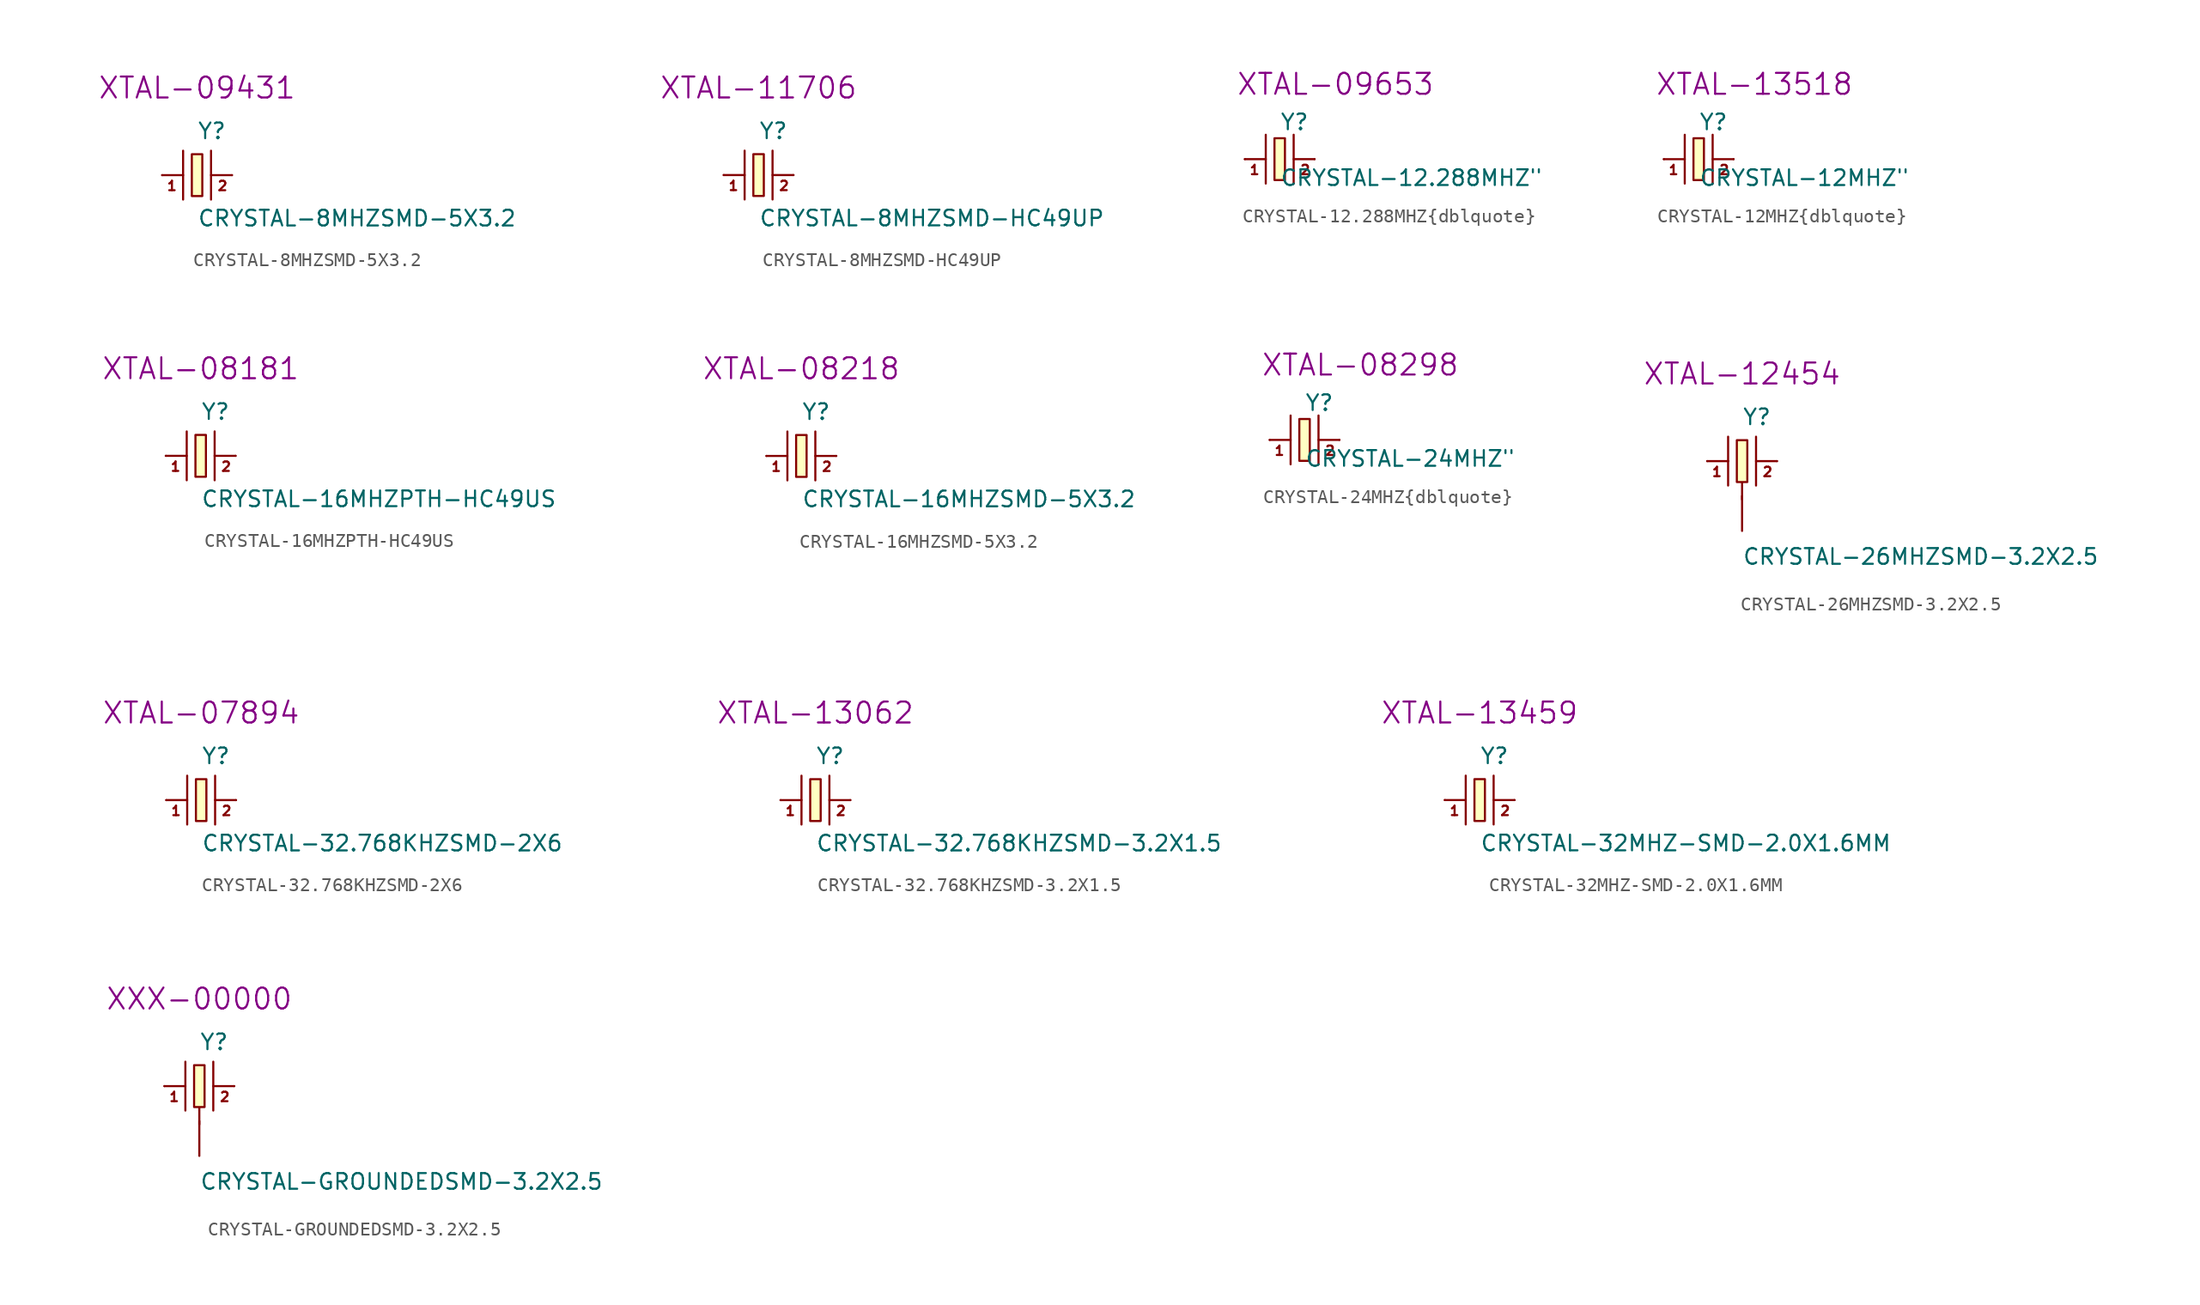
<source format=kicad_sym>
(kicad_symbol_lib
  (version 20220914)
  (generator kicad_symbol_editor)
  (symbol "CRYSTAL-8MHZSMD-5X3.2"
    (pin_numbers hide)
    (pin_names
      (offset 1.016) hide)
    (property "Reference" "Y"
      (at 0 2.54 0)
      (effects (font (size 1.143 1.143)) (justify left bottom)))
    (property "Value" "CRYSTAL-8MHZSMD-5X3.2"
      (at 0 -3.81 0)
      (effects (font (size 1.143 1.143)) (justify left bottom)))
    (property "Field4" "XTAL-09431"
      (at 0 6.35 0)
      (effects (font (size 1.524 1.524))))
    (property "ki_locked" ""
      (at 0 0 0)
      (effects (font (size 1.27 1.27))))
    (symbol "CRYSTAL-8MHZSMD-5X3.2_1_0"
      (polyline (pts (xy -2.54 0) (xy -1.016 0)) (stroke (width 0) (type solid)) (fill (type none)))
      (polyline (pts (xy -1.016 1.778) (xy -1.016 -1.778)) (stroke (width 0) (type solid)) (fill (type none)))
      (polyline (pts (xy 1.016 0) (xy 2.54 0)) (stroke (width 0) (type solid)) (fill (type none)))
      (polyline (pts (xy 1.016 1.778) (xy 1.016 -1.778)) (stroke (width 0) (type solid)) (fill (type none)))
      (text "1" (at -1.829 -0.787 0) (effects (font (size 0.686 0.686))))
      (text "2" (at 1.854 -0.787 0) (effects (font (size 0.686 0.686)))))
    (symbol "CRYSTAL-8MHZSMD-5X3.2_1_1"
      (polyline (pts (xy -0.381 1.524) (xy -0.381 -1.524) (xy 0.381 -1.524) (xy 0.381 1.524) (xy -0.381 1.524)) (stroke (width 0) (type solid)) (fill (type background)))
      (pin passive line (at -2.54 0 0) (length 0) (name "1" (effects (font (size 1.016 1.016)))) (number "1" (effects (font (size 1.016 1.016)))))
      (pin passive line (at 2.54 0 180) (length 0) (name "2" (effects (font (size 1.016 1.016)))) (number "3" (effects (font (size 1.016 1.016)))))))
  (symbol "CRYSTAL-8MHZSMD-HC49UP"
    (pin_numbers hide)
    (pin_names
      (offset 1.016) hide)
    (property "Reference" "Y"
      (at 0 2.54 0)
      (effects (font (size 1.143 1.143)) (justify left bottom)))
    (property "Value" "CRYSTAL-8MHZSMD-HC49UP"
      (at 0 -3.81 0)
      (effects (font (size 1.143 1.143)) (justify left bottom)))
    (property "Field4" "XTAL-11706"
      (at 0 6.35 0)
      (effects (font (size 1.524 1.524))))
    (property "ki_locked" ""
      (at 0 0 0)
      (effects (font (size 1.27 1.27))))
    (symbol "CRYSTAL-8MHZSMD-HC49UP_1_0"
      (polyline (pts (xy -2.54 0) (xy -1.016 0)) (stroke (width 0) (type solid)) (fill (type none)))
      (polyline (pts (xy -1.016 1.778) (xy -1.016 -1.778)) (stroke (width 0) (type solid)) (fill (type none)))
      (polyline (pts (xy 1.016 0) (xy 2.54 0)) (stroke (width 0) (type solid)) (fill (type none)))
      (polyline (pts (xy 1.016 1.778) (xy 1.016 -1.778)) (stroke (width 0) (type solid)) (fill (type none)))
      (text "1" (at -1.829 -0.787 0) (effects (font (size 0.686 0.686))))
      (text "2" (at 1.854 -0.787 0) (effects (font (size 0.686 0.686)))))
    (symbol "CRYSTAL-8MHZSMD-HC49UP_1_1"
      (polyline (pts (xy -0.381 1.524) (xy -0.381 -1.524) (xy 0.381 -1.524) (xy 0.381 1.524) (xy -0.381 1.524)) (stroke (width 0) (type solid)) (fill (type background)))
      (pin passive line (at -2.54 0 0) (length 0) (name "1" (effects (font (size 1.016 1.016)))) (number "1" (effects (font (size 1.016 1.016)))))
      (pin passive line (at 2.54 0 180) (length 0) (name "2" (effects (font (size 1.016 1.016)))) (number "2" (effects (font (size 1.016 1.016)))))))
  (symbol "CRYSTAL-12.288MHZ{dblquote}"
    (pin_numbers hide)
    (pin_names
      (offset 1.016) hide)
    (property "Reference" "Y"
      (at 0 2.032 0)
      (effects (font (size 1.143 1.143)) (justify left bottom)))
    (property "Value" "CRYSTAL-12.288MHZ\""
      (at 0 -2.032 0)
      (effects (font (size 1.143 1.143)) (justify left bottom)))
    (property "Field4" "XTAL-09653"
      (at 4.064 5.461 0)
      (effects (font (size 1.524 1.524))))
    (property "ki_locked" ""
      (at 0 0 0)
      (effects (font (size 1.27 1.27))))
    (symbol "CRYSTAL-12.288MHZ{dblquote}_1_0"
      (polyline (pts (xy -2.54 0) (xy -1.016 0)) (stroke (width 0) (type solid)) (fill (type none)))
      (polyline (pts (xy -1.016 1.778) (xy -1.016 -1.778)) (stroke (width 0) (type solid)) (fill (type none)))
      (polyline (pts (xy 1.016 0) (xy 2.54 0)) (stroke (width 0) (type solid)) (fill (type none)))
      (polyline (pts (xy 1.016 1.778) (xy 1.016 -1.778)) (stroke (width 0) (type solid)) (fill (type none)))
      (text "1" (at -1.829 -0.787 0) (effects (font (size 0.686 0.686))))
      (text "2" (at 1.854 -0.787 0) (effects (font (size 0.686 0.686)))))
    (symbol "CRYSTAL-12.288MHZ{dblquote}_1_1"
      (polyline (pts (xy -0.381 1.524) (xy -0.381 -1.524) (xy 0.381 -1.524) (xy 0.381 1.524) (xy -0.381 1.524)) (stroke (width 0) (type solid)) (fill (type background)))
      (pin passive line (at -2.54 0 0) (length 0) (name "1" (effects (font (size 1.016 1.016)))) (number "1" (effects (font (size 1.016 1.016)))))
      (pin passive line (at 2.54 0 180) (length 0) (name "2" (effects (font (size 1.016 1.016)))) (number "3" (effects (font (size 1.016 1.016)))))))
  (symbol "CRYSTAL-12MHZ{dblquote}"
    (pin_numbers hide)
    (pin_names
      (offset 1.016) hide)
    (property "Reference" "Y"
      (at 0 2.032 0)
      (effects (font (size 1.143 1.143)) (justify left bottom)))
    (property "Value" "CRYSTAL-12MHZ\""
      (at 0 -2.032 0)
      (effects (font (size 1.143 1.143)) (justify left bottom)))
    (property "Field4" "XTAL-13518"
      (at 4.064 5.461 0)
      (effects (font (size 1.524 1.524))))
    (property "ki_locked" ""
      (at 0 0 0)
      (effects (font (size 1.27 1.27))))
    (symbol "CRYSTAL-12MHZ{dblquote}_1_0"
      (polyline (pts (xy -2.54 0) (xy -1.016 0)) (stroke (width 0) (type solid)) (fill (type none)))
      (polyline (pts (xy -1.016 1.778) (xy -1.016 -1.778)) (stroke (width 0) (type solid)) (fill (type none)))
      (polyline (pts (xy 1.016 0) (xy 2.54 0)) (stroke (width 0) (type solid)) (fill (type none)))
      (polyline (pts (xy 1.016 1.778) (xy 1.016 -1.778)) (stroke (width 0) (type solid)) (fill (type none)))
      (text "1" (at -1.829 -0.787 0) (effects (font (size 0.686 0.686))))
      (text "2" (at 1.854 -0.787 0) (effects (font (size 0.686 0.686)))))
    (symbol "CRYSTAL-12MHZ{dblquote}_1_1"
      (polyline (pts (xy -0.381 1.524) (xy -0.381 -1.524) (xy 0.381 -1.524) (xy 0.381 1.524) (xy -0.381 1.524)) (stroke (width 0) (type solid)) (fill (type background)))
      (pin passive line (at -2.54 0 0) (length 0) (name "1" (effects (font (size 1.016 1.016)))) (number "1" (effects (font (size 1.016 1.016)))))
      (pin passive line (at 2.54 0 180) (length 0) (name "2" (effects (font (size 1.016 1.016)))) (number "3" (effects (font (size 1.016 1.016)))))))
  (symbol "CRYSTAL-16MHZPTH-HC49US"
    (pin_numbers hide)
    (pin_names
      (offset 1.016) hide)
    (property "Reference" "Y"
      (at 0 2.54 0)
      (effects (font (size 1.143 1.143)) (justify left bottom)))
    (property "Value" "CRYSTAL-16MHZPTH-HC49US"
      (at 0 -3.81 0)
      (effects (font (size 1.143 1.143)) (justify left bottom)))
    (property "Field4" "XTAL-08181"
      (at 0 6.35 0)
      (effects (font (size 1.524 1.524))))
    (property "ki_locked" ""
      (at 0 0 0)
      (effects (font (size 1.27 1.27))))
    (symbol "CRYSTAL-16MHZPTH-HC49US_1_0"
      (polyline (pts (xy -2.54 0) (xy -1.016 0)) (stroke (width 0) (type solid)) (fill (type none)))
      (polyline (pts (xy -1.016 1.778) (xy -1.016 -1.778)) (stroke (width 0) (type solid)) (fill (type none)))
      (polyline (pts (xy 1.016 0) (xy 2.54 0)) (stroke (width 0) (type solid)) (fill (type none)))
      (polyline (pts (xy 1.016 1.778) (xy 1.016 -1.778)) (stroke (width 0) (type solid)) (fill (type none)))
      (text "1" (at -1.829 -0.787 0) (effects (font (size 0.686 0.686))))
      (text "2" (at 1.854 -0.787 0) (effects (font (size 0.686 0.686)))))
    (symbol "CRYSTAL-16MHZPTH-HC49US_1_1"
      (polyline (pts (xy -0.381 1.524) (xy -0.381 -1.524) (xy 0.381 -1.524) (xy 0.381 1.524) (xy -0.381 1.524)) (stroke (width 0) (type solid)) (fill (type background)))
      (pin passive line (at -2.54 0 0) (length 0) (name "1" (effects (font (size 1.016 1.016)))) (number "1" (effects (font (size 1.016 1.016)))))
      (pin passive line (at 2.54 0 180) (length 0) (name "2" (effects (font (size 1.016 1.016)))) (number "2" (effects (font (size 1.016 1.016)))))))
  (symbol "CRYSTAL-16MHZSMD-5X3.2"
    (pin_numbers hide)
    (pin_names
      (offset 1.016) hide)
    (property "Reference" "Y"
      (at 0 2.54 0)
      (effects (font (size 1.143 1.143)) (justify left bottom)))
    (property "Value" "CRYSTAL-16MHZSMD-5X3.2"
      (at 0 -3.81 0)
      (effects (font (size 1.143 1.143)) (justify left bottom)))
    (property "Field4" "XTAL-08218"
      (at 0 6.35 0)
      (effects (font (size 1.524 1.524))))
    (property "ki_locked" ""
      (at 0 0 0)
      (effects (font (size 1.27 1.27))))
    (symbol "CRYSTAL-16MHZSMD-5X3.2_1_0"
      (polyline (pts (xy -2.54 0) (xy -1.016 0)) (stroke (width 0) (type solid)) (fill (type none)))
      (polyline (pts (xy -1.016 1.778) (xy -1.016 -1.778)) (stroke (width 0) (type solid)) (fill (type none)))
      (polyline (pts (xy 1.016 0) (xy 2.54 0)) (stroke (width 0) (type solid)) (fill (type none)))
      (polyline (pts (xy 1.016 1.778) (xy 1.016 -1.778)) (stroke (width 0) (type solid)) (fill (type none)))
      (text "1" (at -1.829 -0.787 0) (effects (font (size 0.686 0.686))))
      (text "2" (at 1.854 -0.787 0) (effects (font (size 0.686 0.686)))))
    (symbol "CRYSTAL-16MHZSMD-5X3.2_1_1"
      (polyline (pts (xy -0.381 1.524) (xy -0.381 -1.524) (xy 0.381 -1.524) (xy 0.381 1.524) (xy -0.381 1.524)) (stroke (width 0) (type solid)) (fill (type background)))
      (pin passive line (at -2.54 0 0) (length 0) (name "1" (effects (font (size 1.016 1.016)))) (number "1" (effects (font (size 1.016 1.016)))))
      (pin passive line (at 2.54 0 180) (length 0) (name "2" (effects (font (size 1.016 1.016)))) (number "3" (effects (font (size 1.016 1.016)))))))
  (symbol "CRYSTAL-24MHZ{dblquote}"
    (pin_numbers hide)
    (pin_names
      (offset 1.016) hide)
    (property "Reference" "Y"
      (at 0 2.032 0)
      (effects (font (size 1.143 1.143)) (justify left bottom)))
    (property "Value" "CRYSTAL-24MHZ\""
      (at 0 -2.032 0)
      (effects (font (size 1.143 1.143)) (justify left bottom)))
    (property "Field4" "XTAL-08298"
      (at 4.064 5.461 0)
      (effects (font (size 1.524 1.524))))
    (property "ki_locked" ""
      (at 0 0 0)
      (effects (font (size 1.27 1.27))))
    (symbol "CRYSTAL-24MHZ{dblquote}_1_0"
      (polyline (pts (xy -2.54 0) (xy -1.016 0)) (stroke (width 0) (type solid)) (fill (type none)))
      (polyline (pts (xy -1.016 1.778) (xy -1.016 -1.778)) (stroke (width 0) (type solid)) (fill (type none)))
      (polyline (pts (xy 1.016 0) (xy 2.54 0)) (stroke (width 0) (type solid)) (fill (type none)))
      (polyline (pts (xy 1.016 1.778) (xy 1.016 -1.778)) (stroke (width 0) (type solid)) (fill (type none)))
      (text "1" (at -1.829 -0.787 0) (effects (font (size 0.686 0.686))))
      (text "2" (at 1.854 -0.787 0) (effects (font (size 0.686 0.686)))))
    (symbol "CRYSTAL-24MHZ{dblquote}_1_1"
      (polyline (pts (xy -0.381 1.524) (xy -0.381 -1.524) (xy 0.381 -1.524) (xy 0.381 1.524) (xy -0.381 1.524)) (stroke (width 0) (type solid)) (fill (type background)))
      (pin passive line (at -2.54 0 0) (length 0) (name "1" (effects (font (size 1.016 1.016)))) (number "1" (effects (font (size 1.016 1.016)))))
      (pin passive line (at 2.54 0 180) (length 0) (name "2" (effects (font (size 1.016 1.016)))) (number "3" (effects (font (size 1.016 1.016)))))))
  (symbol "CRYSTAL-26MHZSMD-3.2X2.5"
    (pin_numbers hide)
    (pin_names
      (offset 1.016) hide)
    (property "Reference" "Y"
      (at 0 2.54 0)
      (effects (font (size 1.143 1.143)) (justify left bottom)))
    (property "Value" "CRYSTAL-26MHZSMD-3.2X2.5"
      (at 0 -7.62 0)
      (effects (font (size 1.143 1.143)) (justify left bottom)))
    (property "Field4" "XTAL-12454"
      (at 0 6.35 0)
      (effects (font (size 1.524 1.524))))
    (property "ki_locked" ""
      (at 0 0 0)
      (effects (font (size 1.27 1.27))))
    (symbol "CRYSTAL-26MHZSMD-3.2X2.5_1_0"
      (polyline (pts (xy -2.54 0) (xy -1.016 0)) (stroke (width 0) (type solid)) (fill (type none)))
      (polyline (pts (xy -1.016 0) (xy -1.016 -1.778)) (stroke (width 0) (type solid)) (fill (type none)))
      (polyline (pts (xy -1.016 1.778) (xy -1.016 0)) (stroke (width 0) (type solid)) (fill (type none)))
      (polyline (pts (xy 0 -2.794) (xy 0 -1.575)) (stroke (width 0) (type solid)) (fill (type none)))
      (polyline (pts (xy 1.016 0) (xy 2.54 0)) (stroke (width 0) (type solid)) (fill (type none)))
      (polyline (pts (xy 1.016 1.778) (xy 1.016 -1.778)) (stroke (width 0) (type solid)) (fill (type none)))
      (text "1" (at -1.829 -0.787 0) (effects (font (size 0.686 0.686))))
      (text "2" (at 1.854 -0.787 0) (effects (font (size 0.686 0.686)))))
    (symbol "CRYSTAL-26MHZSMD-3.2X2.5_1_1"
      (polyline (pts (xy -0.381 1.524) (xy -0.381 -1.524) (xy 0.381 -1.524) (xy 0.381 1.524) (xy -0.381 1.524)) (stroke (width 0) (type solid)) (fill (type background)))
      (pin passive line (at -2.54 0 0) (length 0) (name "1" (effects (font (size 1.016 1.016)))) (number "1" (effects (font (size 1.016 1.016)))))
      (pin passive line (at 0 -5.08 90) (length 2.54) (name "3" (effects (font (size 1.016 1.016)))) (number "2" (effects (font (size 1.016 1.016)))))
      (pin passive line (at 2.54 0 180) (length 0) (name "2" (effects (font (size 1.016 1.016)))) (number "3" (effects (font (size 1.016 1.016)))))
      (pin passive line (at 0 -5.08 90) (length 2.54) hide (name "3" (effects (font (size 1.016 1.016)))) (number "4" (effects (font (size 1.016 1.016)))))))
  (symbol "CRYSTAL-32.768KHZSMD-2X6"
    (pin_numbers hide)
    (pin_names
      (offset 1.016) hide)
    (property "Reference" "Y"
      (at 0 2.54 0)
      (effects (font (size 1.143 1.143)) (justify left bottom)))
    (property "Value" "CRYSTAL-32.768KHZSMD-2X6"
      (at 0 -3.81 0)
      (effects (font (size 1.143 1.143)) (justify left bottom)))
    (property "Field4" "XTAL-07894"
      (at 0 6.35 0)
      (effects (font (size 1.524 1.524))))
    (property "ki_locked" ""
      (at 0 0 0)
      (effects (font (size 1.27 1.27))))
    (symbol "CRYSTAL-32.768KHZSMD-2X6_1_0"
      (polyline (pts (xy -2.54 0) (xy -1.016 0)) (stroke (width 0) (type solid)) (fill (type none)))
      (polyline (pts (xy -1.016 1.778) (xy -1.016 -1.778)) (stroke (width 0) (type solid)) (fill (type none)))
      (polyline (pts (xy 1.016 0) (xy 2.54 0)) (stroke (width 0) (type solid)) (fill (type none)))
      (polyline (pts (xy 1.016 1.778) (xy 1.016 -1.778)) (stroke (width 0) (type solid)) (fill (type none)))
      (text "1" (at -1.829 -0.787 0) (effects (font (size 0.686 0.686))))
      (text "2" (at 1.854 -0.787 0) (effects (font (size 0.686 0.686)))))
    (symbol "CRYSTAL-32.768KHZSMD-2X6_1_1"
      (polyline (pts (xy -0.381 1.524) (xy -0.381 -1.524) (xy 0.381 -1.524) (xy 0.381 1.524) (xy -0.381 1.524)) (stroke (width 0) (type solid)) (fill (type background)))
      (pin passive line (at -2.54 0 0) (length 0) (name "1" (effects (font (size 1.016 1.016)))) (number "X1" (effects (font (size 1.016 1.016)))))
      (pin passive line (at 2.54 0 180) (length 0) (name "2" (effects (font (size 1.016 1.016)))) (number "X2" (effects (font (size 1.016 1.016)))))))
  (symbol "CRYSTAL-32.768KHZSMD-3.2X1.5"
    (pin_numbers hide)
    (pin_names
      (offset 1.016) hide)
    (property "Reference" "Y"
      (at 0 2.54 0)
      (effects (font (size 1.143 1.143)) (justify left bottom)))
    (property "Value" "CRYSTAL-32.768KHZSMD-3.2X1.5"
      (at 0 -3.81 0)
      (effects (font (size 1.143 1.143)) (justify left bottom)))
    (property "Field4" "XTAL-13062"
      (at 0 6.35 0)
      (effects (font (size 1.524 1.524))))
    (property "ki_locked" ""
      (at 0 0 0)
      (effects (font (size 1.27 1.27))))
    (symbol "CRYSTAL-32.768KHZSMD-3.2X1.5_1_0"
      (polyline (pts (xy -2.54 0) (xy -1.016 0)) (stroke (width 0) (type solid)) (fill (type none)))
      (polyline (pts (xy -1.016 1.778) (xy -1.016 -1.778)) (stroke (width 0) (type solid)) (fill (type none)))
      (polyline (pts (xy 1.016 0) (xy 2.54 0)) (stroke (width 0) (type solid)) (fill (type none)))
      (polyline (pts (xy 1.016 1.778) (xy 1.016 -1.778)) (stroke (width 0) (type solid)) (fill (type none)))
      (text "1" (at -1.829 -0.787 0) (effects (font (size 0.686 0.686))))
      (text "2" (at 1.854 -0.787 0) (effects (font (size 0.686 0.686)))))
    (symbol "CRYSTAL-32.768KHZSMD-3.2X1.5_1_1"
      (polyline (pts (xy -0.381 1.524) (xy -0.381 -1.524) (xy 0.381 -1.524) (xy 0.381 1.524) (xy -0.381 1.524)) (stroke (width 0) (type solid)) (fill (type background)))
      (pin passive line (at -2.54 0 0) (length 0) (name "1" (effects (font (size 1.016 1.016)))) (number "P$1" (effects (font (size 1.016 1.016)))))
      (pin passive line (at 2.54 0 180) (length 0) (name "2" (effects (font (size 1.016 1.016)))) (number "P$2" (effects (font (size 1.016 1.016)))))))
  (symbol "CRYSTAL-32MHZ-SMD-2.0X1.6MM"
    (pin_numbers hide)
    (pin_names
      (offset 1.016) hide)
    (property "Reference" "Y"
      (at 0 2.54 0)
      (effects (font (size 1.143 1.143)) (justify left bottom)))
    (property "Value" "CRYSTAL-32MHZ-SMD-2.0X1.6MM"
      (at 0 -3.81 0)
      (effects (font (size 1.143 1.143)) (justify left bottom)))
    (property "Field4" "XTAL-13459"
      (at 0 6.35 0)
      (effects (font (size 1.524 1.524))))
    (property "ki_locked" ""
      (at 0 0 0)
      (effects (font (size 1.27 1.27))))
    (symbol "CRYSTAL-32MHZ-SMD-2.0X1.6MM_1_0"
      (polyline (pts (xy -2.54 0) (xy -1.016 0)) (stroke (width 0) (type solid)) (fill (type none)))
      (polyline (pts (xy -1.016 1.778) (xy -1.016 -1.778)) (stroke (width 0) (type solid)) (fill (type none)))
      (polyline (pts (xy 1.016 0) (xy 2.54 0)) (stroke (width 0) (type solid)) (fill (type none)))
      (polyline (pts (xy 1.016 1.778) (xy 1.016 -1.778)) (stroke (width 0) (type solid)) (fill (type none)))
      (text "1" (at -1.829 -0.787 0) (effects (font (size 0.686 0.686))))
      (text "2" (at 1.854 -0.787 0) (effects (font (size 0.686 0.686)))))
    (symbol "CRYSTAL-32MHZ-SMD-2.0X1.6MM_1_1"
      (polyline (pts (xy -0.381 1.524) (xy -0.381 -1.524) (xy 0.381 -1.524) (xy 0.381 1.524) (xy -0.381 1.524)) (stroke (width 0) (type solid)) (fill (type background)))
      (pin passive line (at -2.54 0 0) (length 0) (name "1" (effects (font (size 1.016 1.016)))) (number "1" (effects (font (size 1.016 1.016)))))
      (pin passive line (at 2.54 0 180) (length 0) (name "2" (effects (font (size 1.016 1.016)))) (number "3" (effects (font (size 1.016 1.016)))))))
  (symbol "CRYSTAL-GROUNDEDSMD-3.2X2.5"
    (pin_numbers hide)
    (pin_names
      (offset 1.016) hide)
    (property "Reference" "Y"
      (at 0 2.54 0)
      (effects (font (size 1.143 1.143)) (justify left bottom)))
    (property "Value" "CRYSTAL-GROUNDEDSMD-3.2X2.5"
      (at 0 -7.62 0)
      (effects (font (size 1.143 1.143)) (justify left bottom)))
    (property "Field4" "XXX-00000"
      (at 0 6.35 0)
      (effects (font (size 1.524 1.524))))
    (property "ki_locked" ""
      (at 0 0 0)
      (effects (font (size 1.27 1.27))))
    (symbol "CRYSTAL-GROUNDEDSMD-3.2X2.5_1_0"
      (polyline (pts (xy -2.54 0) (xy -1.016 0)) (stroke (width 0) (type solid)) (fill (type none)))
      (polyline (pts (xy -1.016 0) (xy -1.016 -1.778)) (stroke (width 0) (type solid)) (fill (type none)))
      (polyline (pts (xy -1.016 1.778) (xy -1.016 0)) (stroke (width 0) (type solid)) (fill (type none)))
      (polyline (pts (xy 0 -2.794) (xy 0 -1.575)) (stroke (width 0) (type solid)) (fill (type none)))
      (polyline (pts (xy 1.016 0) (xy 2.54 0)) (stroke (width 0) (type solid)) (fill (type none)))
      (polyline (pts (xy 1.016 1.778) (xy 1.016 -1.778)) (stroke (width 0) (type solid)) (fill (type none)))
      (text "1" (at -1.829 -0.787 0) (effects (font (size 0.686 0.686))))
      (text "2" (at 1.854 -0.787 0) (effects (font (size 0.686 0.686)))))
    (symbol "CRYSTAL-GROUNDEDSMD-3.2X2.5_1_1"
      (polyline (pts (xy -0.381 1.524) (xy -0.381 -1.524) (xy 0.381 -1.524) (xy 0.381 1.524) (xy -0.381 1.524)) (stroke (width 0) (type solid)) (fill (type background)))
      (pin passive line (at -2.54 0 0) (length 0) (name "1" (effects (font (size 1.016 1.016)))) (number "1" (effects (font (size 1.016 1.016)))))
      (pin passive line (at 0 -5.08 90) (length 2.54) (name "3" (effects (font (size 1.016 1.016)))) (number "2" (effects (font (size 1.016 1.016)))))
      (pin passive line (at 2.54 0 180) (length 0) (name "2" (effects (font (size 1.016 1.016)))) (number "3" (effects (font (size 1.016 1.016)))))
      (pin passive line (at 0 -5.08 90) (length 2.54) hide (name "3" (effects (font (size 1.016 1.016)))) (number "4" (effects (font (size 1.016 1.016))))))))
</source>
